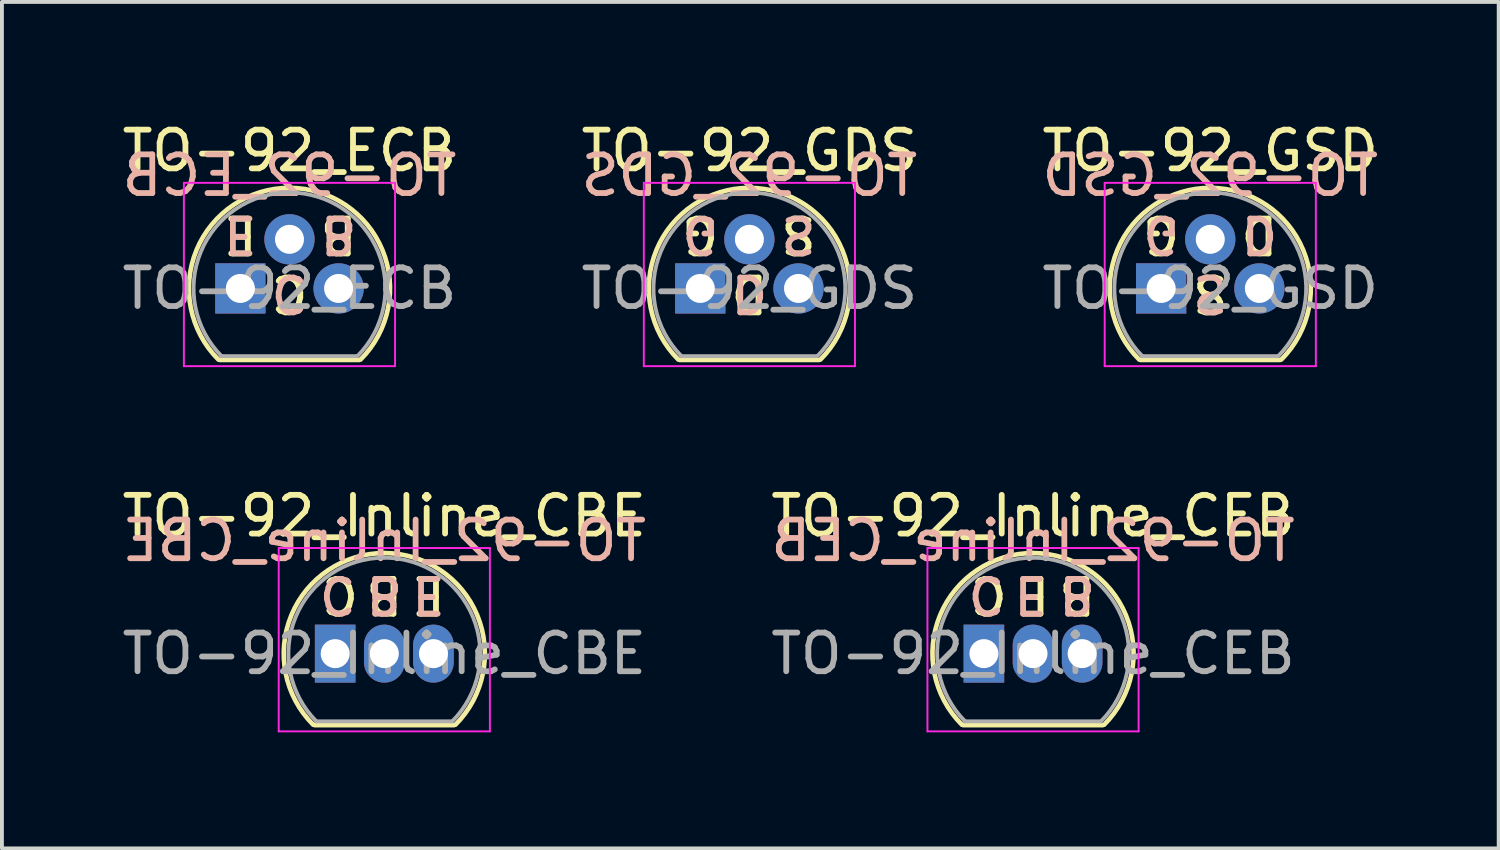
<source format=kicad_pcb>
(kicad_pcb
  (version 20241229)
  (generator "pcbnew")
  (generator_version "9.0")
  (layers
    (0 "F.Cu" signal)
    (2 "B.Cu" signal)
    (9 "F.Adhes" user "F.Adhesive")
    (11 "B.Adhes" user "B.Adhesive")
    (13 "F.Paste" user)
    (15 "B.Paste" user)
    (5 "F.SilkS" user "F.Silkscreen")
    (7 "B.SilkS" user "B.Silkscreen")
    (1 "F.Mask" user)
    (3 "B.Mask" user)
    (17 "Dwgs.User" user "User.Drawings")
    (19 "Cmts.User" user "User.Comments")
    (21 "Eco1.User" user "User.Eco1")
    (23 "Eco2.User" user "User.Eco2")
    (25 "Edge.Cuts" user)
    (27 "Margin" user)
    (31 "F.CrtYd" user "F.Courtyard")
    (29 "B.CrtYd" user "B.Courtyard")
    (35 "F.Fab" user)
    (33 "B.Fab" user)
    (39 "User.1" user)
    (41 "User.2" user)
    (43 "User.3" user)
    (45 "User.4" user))
  (footprint "TO-92_GSD"
    (layer "F.Cu")
    (at 26.974 4.408)
    (property "Reference" "TO-92_GSD" (at 1.27 -3.56 0) (layer "F.SilkS") (effects (font (size 1 1) (thickness 0.15))))
    (fp_line (start -0.53 1.85) (end 3.07 1.85) (stroke (width 0.12) (type solid)) (layer "F.SilkS"))
    (fp_arc (start -0.568478 1.838478) (mid -1.132087 -0.994977) (end 1.27 -2.6) (stroke (width 0.12) (type solid)) (layer "F.SilkS"))
    (fp_arc (start 1.27 -2.6) (mid 3.672087 -0.994977) (end 3.108478 1.838478) (stroke (width 0.12) (type solid)) (layer "F.SilkS"))
    (fp_line (start -1.46 -2.73) (end -1.46 2.01) (stroke (width 0.05) (type solid)) (layer "F.CrtYd"))
    (fp_line (start -1.46 -2.73) (end 4 -2.73) (stroke (width 0.05) (type solid)) (layer "F.CrtYd"))
    (fp_line (start 4 2.01) (end -1.46 2.01) (stroke (width 0.05) (type solid)) (layer "F.CrtYd"))
    (fp_line (start 4 2.01) (end 4 -2.73) (stroke (width 0.05) (type solid)) (layer "F.CrtYd"))
    (fp_line (start -0.5 1.75) (end 3 1.75) (stroke (width 0.1) (type solid)) (layer "F.Fab"))
    (fp_arc (start -0.483625 1.753625) (mid -1.021221 -0.949055) (end 1.27 -2.48) (stroke (width 0.1) (type solid)) (layer "F.Fab"))
    (fp_arc (start 1.27 -2.48) (mid 3.561221 -0.949055) (end 3.023625 1.753625) (stroke (width 0.1) (type solid)) (layer "F.Fab"))
    (fp_text user "G" (at 0 -1.397 180) (unlocked yes) (layer "F.SilkS") (effects (font (size 0.9 0.9) (thickness 0.15))))
    (fp_text user "S" (at 1.27 0.127 180) (unlocked yes) (layer "F.SilkS") (effects (font (size 0.9 0.9) (thickness 0.15))))
    (fp_text user "D" (at 2.54 -1.397 180) (unlocked yes) (layer "F.SilkS") (effects (font (size 0.9 0.9) (thickness 0.15))))
    (fp_text user "${REFERENCE}" (at 1.27 -2.921 0) (layer "B.SilkS") (effects (font (size 1 1) (thickness 0.15)) (justify mirror)))
    (fp_text user "G" (at 0 -1.397 180) (unlocked yes) (layer "B.SilkS") (effects (font (size 0.9 0.9) (thickness 0.15)) (justify mirror)))
    (fp_text user "D" (at 2.54 -1.397 180) (unlocked yes) (layer "B.SilkS") (effects (font (size 0.9 0.9) (thickness 0.15)) (justify mirror)))
    (fp_text user "S" (at 1.27 0.127 180) (unlocked yes) (layer "B.SilkS") (effects (font (size 0.9 0.9) (thickness 0.15)) (justify mirror)))
    (fp_text user "${REFERENCE}" (at 1.27 0 0) (layer "F.Fab") (effects (font (size 1 1) (thickness 0.15))))
    (pad "1" thru_hole rect (at 0 0 90) (size 1.3 1.3) (drill 0.75) (layers "*.Cu" "*.Mask"))
    (pad "2" thru_hole circle (at 1.27 -1.27 90) (size 1.3 1.3) (drill 0.75) (layers "*.Cu" "*.Mask"))
    (pad "3" thru_hole circle (at 2.54 0 90) (size 1.3 1.3) (drill 0.75) (layers "*.Cu" "*.Mask")))
  (footprint "TO-92_GDS"
    (layer "F.Cu")
    (at 15.057 4.408)
    (property "Reference" "TO-92_GDS" (at 1.27 -3.56 0) (layer "F.SilkS") (effects (font (size 1 1) (thickness 0.15))))
    (fp_line (start -0.53 1.85) (end 3.07 1.85) (stroke (width 0.12) (type solid)) (layer "F.SilkS"))
    (fp_arc (start -0.568478 1.838478) (mid -1.132087 -0.994977) (end 1.27 -2.6) (stroke (width 0.12) (type solid)) (layer "F.SilkS"))
    (fp_arc (start 1.27 -2.6) (mid 3.672087 -0.994977) (end 3.108478 1.838478) (stroke (width 0.12) (type solid)) (layer "F.SilkS"))
    (fp_line (start -1.46 -2.73) (end -1.46 2.01) (stroke (width 0.05) (type solid)) (layer "F.CrtYd"))
    (fp_line (start -1.46 -2.73) (end 4 -2.73) (stroke (width 0.05) (type solid)) (layer "F.CrtYd"))
    (fp_line (start 4 2.01) (end -1.46 2.01) (stroke (width 0.05) (type solid)) (layer "F.CrtYd"))
    (fp_line (start 4 2.01) (end 4 -2.73) (stroke (width 0.05) (type solid)) (layer "F.CrtYd"))
    (fp_line (start -0.5 1.75) (end 3 1.75) (stroke (width 0.1) (type solid)) (layer "F.Fab"))
    (fp_arc (start -0.483625 1.753625) (mid -1.021221 -0.949055) (end 1.27 -2.48) (stroke (width 0.1) (type solid)) (layer "F.Fab"))
    (fp_arc (start 1.27 -2.48) (mid 3.561221 -0.949055) (end 3.023625 1.753625) (stroke (width 0.1) (type solid)) (layer "F.Fab"))
    (fp_text user "S" (at 2.54 -1.397 180) (unlocked yes) (layer "F.SilkS") (effects (font (size 0.9 0.9) (thickness 0.15))))
    (fp_text user "D" (at 1.27 0.127 180) (unlocked yes) (layer "F.SilkS") (effects (font (size 0.9 0.9) (thickness 0.15))))
    (fp_text user "G" (at 0 -1.397 180) (unlocked yes) (layer "F.SilkS") (effects (font (size 0.9 0.9) (thickness 0.15))))
    (fp_text user "${REFERENCE}" (at 1.27 -2.921 0) (layer "B.SilkS") (effects (font (size 1 1) (thickness 0.15)) (justify mirror)))
    (fp_text user "G" (at 0 -1.397 180) (unlocked yes) (layer "B.SilkS") (effects (font (size 0.9 0.9) (thickness 0.15)) (justify mirror)))
    (fp_text user "D" (at 1.27 0.127 180) (unlocked yes) (layer "B.SilkS") (effects (font (size 0.9 0.9) (thickness 0.15)) (justify mirror)))
    (fp_text user "S" (at 2.54 -1.397 180) (unlocked yes) (layer "B.SilkS") (effects (font (size 0.9 0.9) (thickness 0.15)) (justify mirror)))
    (fp_text user "${REFERENCE}" (at 1.27 0 0) (layer "F.Fab") (effects (font (size 1 1) (thickness 0.15))))
    (pad "1" thru_hole rect (at 0 0 90) (size 1.3 1.3) (drill 0.75) (layers "*.Cu" "*.Mask"))
    (pad "2" thru_hole circle (at 1.27 -1.27 90) (size 1.3 1.3) (drill 0.75) (layers "*.Cu" "*.Mask"))
    (pad "3" thru_hole circle (at 2.54 0 90) (size 1.3 1.3) (drill 0.75) (layers "*.Cu" "*.Mask")))
  (footprint "TO-92_Inline_CBE"
    (layer "F.Cu")
    (at 5.617 13.851)
    (property "Reference" "TO-92_Inline_CBE" (at 1.27 -3.56 0) (layer "F.SilkS") (effects (font (size 1 1) (thickness 0.15))))
    (fp_line (start -0.53 1.85) (end 3.07 1.85) (stroke (width 0.12) (type solid)) (layer "F.SilkS"))
    (fp_arc (start -0.568478 1.838478) (mid -1.132087 -0.994977) (end 1.27 -2.6) (stroke (width 0.12) (type solid)) (layer "F.SilkS"))
    (fp_arc (start 1.27 -2.6) (mid 3.672087 -0.994977) (end 3.108478 1.838478) (stroke (width 0.12) (type solid)) (layer "F.SilkS"))
    (fp_line (start -1.46 -2.73) (end -1.46 2.01) (stroke (width 0.05) (type solid)) (layer "F.CrtYd"))
    (fp_line (start -1.46 -2.73) (end 4 -2.73) (stroke (width 0.05) (type solid)) (layer "F.CrtYd"))
    (fp_line (start 4 2.01) (end -1.46 2.01) (stroke (width 0.05) (type solid)) (layer "F.CrtYd"))
    (fp_line (start 4 2.01) (end 4 -2.73) (stroke (width 0.05) (type solid)) (layer "F.CrtYd"))
    (fp_line (start -0.5 1.75) (end 3 1.75) (stroke (width 0.1) (type solid)) (layer "F.Fab"))
    (fp_arc (start -0.483625 1.753625) (mid -1.021221 -0.949055) (end 1.27 -2.48) (stroke (width 0.1) (type solid)) (layer "F.Fab"))
    (fp_arc (start 1.27 -2.48) (mid 3.561221 -0.949055) (end 3.023625 1.753625) (stroke (width 0.1) (type solid)) (layer "F.Fab"))
    (fp_text user "E" (at 2.413 -1.524 180) (unlocked yes) (layer "F.SilkS") (effects (font (size 0.9 0.9) (thickness 0.15))))
    (fp_text user "C" (at 0.127 -1.524 180) (unlocked yes) (layer "F.SilkS") (effects (font (size 0.9 0.9) (thickness 0.15))))
    (fp_text user "B" (at 1.27 -1.524 180) (unlocked yes) (layer "F.SilkS") (effects (font (size 0.9 0.9) (thickness 0.15))))
    (fp_text user "${REFERENCE}" (at 1.27 -2.921 0) (layer "B.SilkS") (effects (font (size 1 1) (thickness 0.15)) (justify mirror)))
    (fp_text user "C" (at 0.064 -1.524 180) (unlocked yes) (layer "B.SilkS") (effects (font (size 0.9 0.9) (thickness 0.15)) (justify mirror)))
    (fp_text user "B" (at 1.27 -1.524 180) (unlocked yes) (layer "B.SilkS") (effects (font (size 0.9 0.9) (thickness 0.15)) (justify mirror)))
    (fp_text user "E" (at 2.413 -1.524 180) (unlocked yes) (layer "B.SilkS") (effects (font (size 0.9 0.9) (thickness 0.15)) (justify mirror)))
    (fp_text user "${REFERENCE}" (at 1.27 0 0) (layer "F.Fab") (effects (font (size 1 1) (thickness 0.15))))
    (pad "1" thru_hole rect (at 0 0) (size 1.05 1.5) (drill 0.75) (layers "*.Cu" "*.Mask"))
    (pad "2" thru_hole oval (at 1.27 0) (size 1.05 1.5) (drill 0.75) (layers "*.Cu" "*.Mask"))
    (pad "3" thru_hole oval (at 2.54 0) (size 1.05 1.5) (drill 0.75) (layers "*.Cu" "*.Mask")))
  (footprint "TO-92_ECB"
    (layer "F.Cu")
    (at 3.165 4.408)
    (property "Reference" "TO-92_ECB" (at 1.27 -3.56 0) (layer "F.SilkS") (effects (font (size 1 1) (thickness 0.15))))
    (fp_line (start -0.53 1.85) (end 3.07 1.85) (stroke (width 0.12) (type solid)) (layer "F.SilkS"))
    (fp_arc (start -0.568478 1.838478) (mid -1.132087 -0.994977) (end 1.27 -2.6) (stroke (width 0.12) (type solid)) (layer "F.SilkS"))
    (fp_arc (start 1.27 -2.6) (mid 3.672087 -0.994977) (end 3.108478 1.838478) (stroke (width 0.12) (type solid)) (layer "F.SilkS"))
    (fp_line (start -1.46 -2.73) (end -1.46 2.01) (stroke (width 0.05) (type solid)) (layer "F.CrtYd"))
    (fp_line (start -1.46 -2.73) (end 4 -2.73) (stroke (width 0.05) (type solid)) (layer "F.CrtYd"))
    (fp_line (start 4 2.01) (end -1.46 2.01) (stroke (width 0.05) (type solid)) (layer "F.CrtYd"))
    (fp_line (start 4 2.01) (end 4 -2.73) (stroke (width 0.05) (type solid)) (layer "F.CrtYd"))
    (fp_line (start -0.5 1.75) (end 3 1.75) (stroke (width 0.1) (type solid)) (layer "F.Fab"))
    (fp_arc (start -0.483625 1.753625) (mid -1.021221 -0.949055) (end 1.27 -2.48) (stroke (width 0.1) (type solid)) (layer "F.Fab"))
    (fp_arc (start 1.27 -2.48) (mid 3.561221 -0.949055) (end 3.023625 1.753625) (stroke (width 0.1) (type solid)) (layer "F.Fab"))
    (fp_text user "C" (at 1.27 0.127 180) (unlocked yes) (layer "F.SilkS") (effects (font (size 0.9 0.9) (thickness 0.15))))
    (fp_text user "E" (at 0 -1.397 180) (unlocked yes) (layer "F.SilkS") (effects (font (size 0.9 0.9) (thickness 0.15))))
    (fp_text user "B" (at 2.54 -1.397 180) (unlocked yes) (layer "F.SilkS") (effects (font (size 0.9 0.9) (thickness 0.15))))
    (fp_text user "${REFERENCE}" (at 1.27 -2.921 0) (layer "B.SilkS") (effects (font (size 1 1) (thickness 0.15)) (justify mirror)))
    (fp_text user "B" (at 2.54 -1.397 180) (unlocked yes) (layer "B.SilkS") (effects (font (size 0.9 0.9) (thickness 0.15)) (justify mirror)))
    (fp_text user "E" (at 0 -1.397 180) (unlocked yes) (layer "B.SilkS") (effects (font (size 0.9 0.9) (thickness 0.15)) (justify mirror)))
    (fp_text user "C" (at 1.27 0.127 180) (unlocked yes) (layer "B.SilkS") (effects (font (size 0.9 0.9) (thickness 0.15)) (justify mirror)))
    (fp_text user "${REFERENCE}" (at 1.27 0 0) (layer "F.Fab") (effects (font (size 1 1) (thickness 0.15))))
    (pad "1" thru_hole rect (at 0 0 90) (size 1.3 1.3) (drill 0.75) (layers "*.Cu" "*.Mask"))
    (pad "2" thru_hole circle (at 1.27 -1.27 90) (size 1.3 1.3) (drill 0.75) (layers "*.Cu" "*.Mask"))
    (pad "3" thru_hole circle (at 2.54 0 90) (size 1.3 1.3) (drill 0.75) (layers "*.Cu" "*.Mask")))
  (footprint "TO-92_Inline_CEB"
    (layer "F.Cu")
    (at 22.391 13.851)
    (property "Reference" "TO-92_Inline_CEB" (at 1.27 -3.56 0) (layer "F.SilkS") (effects (font (size 1 1) (thickness 0.15))))
    (fp_line (start -0.53 1.85) (end 3.07 1.85) (stroke (width 0.12) (type solid)) (layer "F.SilkS"))
    (fp_arc (start -0.568478 1.838478) (mid -1.132087 -0.994977) (end 1.27 -2.6) (stroke (width 0.12) (type solid)) (layer "F.SilkS"))
    (fp_arc (start 1.27 -2.6) (mid 3.672087 -0.994977) (end 3.108478 1.838478) (stroke (width 0.12) (type solid)) (layer "F.SilkS"))
    (fp_line (start -1.46 -2.73) (end -1.46 2.01) (stroke (width 0.05) (type solid)) (layer "F.CrtYd"))
    (fp_line (start -1.46 -2.73) (end 4 -2.73) (stroke (width 0.05) (type solid)) (layer "F.CrtYd"))
    (fp_line (start 4 2.01) (end -1.46 2.01) (stroke (width 0.05) (type solid)) (layer "F.CrtYd"))
    (fp_line (start 4 2.01) (end 4 -2.73) (stroke (width 0.05) (type solid)) (layer "F.CrtYd"))
    (fp_line (start -0.5 1.75) (end 3 1.75) (stroke (width 0.1) (type solid)) (layer "F.Fab"))
    (fp_arc (start -0.483625 1.753625) (mid -1.021221 -0.949055) (end 1.27 -2.48) (stroke (width 0.1) (type solid)) (layer "F.Fab"))
    (fp_arc (start 1.27 -2.48) (mid 3.561221 -0.949055) (end 3.023625 1.753625) (stroke (width 0.1) (type solid)) (layer "F.Fab"))
    (fp_text user "B" (at 2.413 -1.524 180) (unlocked yes) (layer "F.SilkS") (effects (font (size 0.9 0.9) (thickness 0.15))))
    (fp_text user "C" (at 0.127 -1.524 180) (unlocked yes) (layer "F.SilkS") (effects (font (size 0.9 0.9) (thickness 0.15))))
    (fp_text user "E" (at 1.27 -1.524 180) (unlocked yes) (layer "F.SilkS") (effects (font (size 0.9 0.9) (thickness 0.15))))
    (fp_text user "E" (at 1.206 -1.524 180) (unlocked yes) (layer "B.SilkS") (effects (font (size 0.9 0.9) (thickness 0.15)) (justify mirror)))
    (fp_text user "${REFERENCE}" (at 1.27 -2.921 0) (layer "B.SilkS") (effects (font (size 1 1) (thickness 0.15)) (justify mirror)))
    (fp_text user "C" (at 0.064 -1.524 180) (unlocked yes) (layer "B.SilkS") (effects (font (size 0.9 0.9) (thickness 0.15)) (justify mirror)))
    (fp_text user "B" (at 2.413 -1.524 180) (unlocked yes) (layer "B.SilkS") (effects (font (size 0.9 0.9) (thickness 0.15)) (justify mirror)))
    (fp_text user "${REFERENCE}" (at 1.27 0 0) (layer "F.Fab") (effects (font (size 1 1) (thickness 0.15))))
    (pad "1" thru_hole rect (at 0 0) (size 1.05 1.5) (drill 0.75) (layers "*.Cu" "*.Mask"))
    (pad "2" thru_hole oval (at 1.27 0) (size 1.05 1.5) (drill 0.75) (layers "*.Cu" "*.Mask"))
    (pad "3" thru_hole oval (at 2.54 0) (size 1.05 1.5) (drill 0.75) (layers "*.Cu" "*.Mask")))
  (gr_rect
    (start -3 -3)
    (end 35.702 18.887)
    (stroke (width 0.1) (type default))
    (fill no)
    (layer "Edge.Cuts")))
</source>
